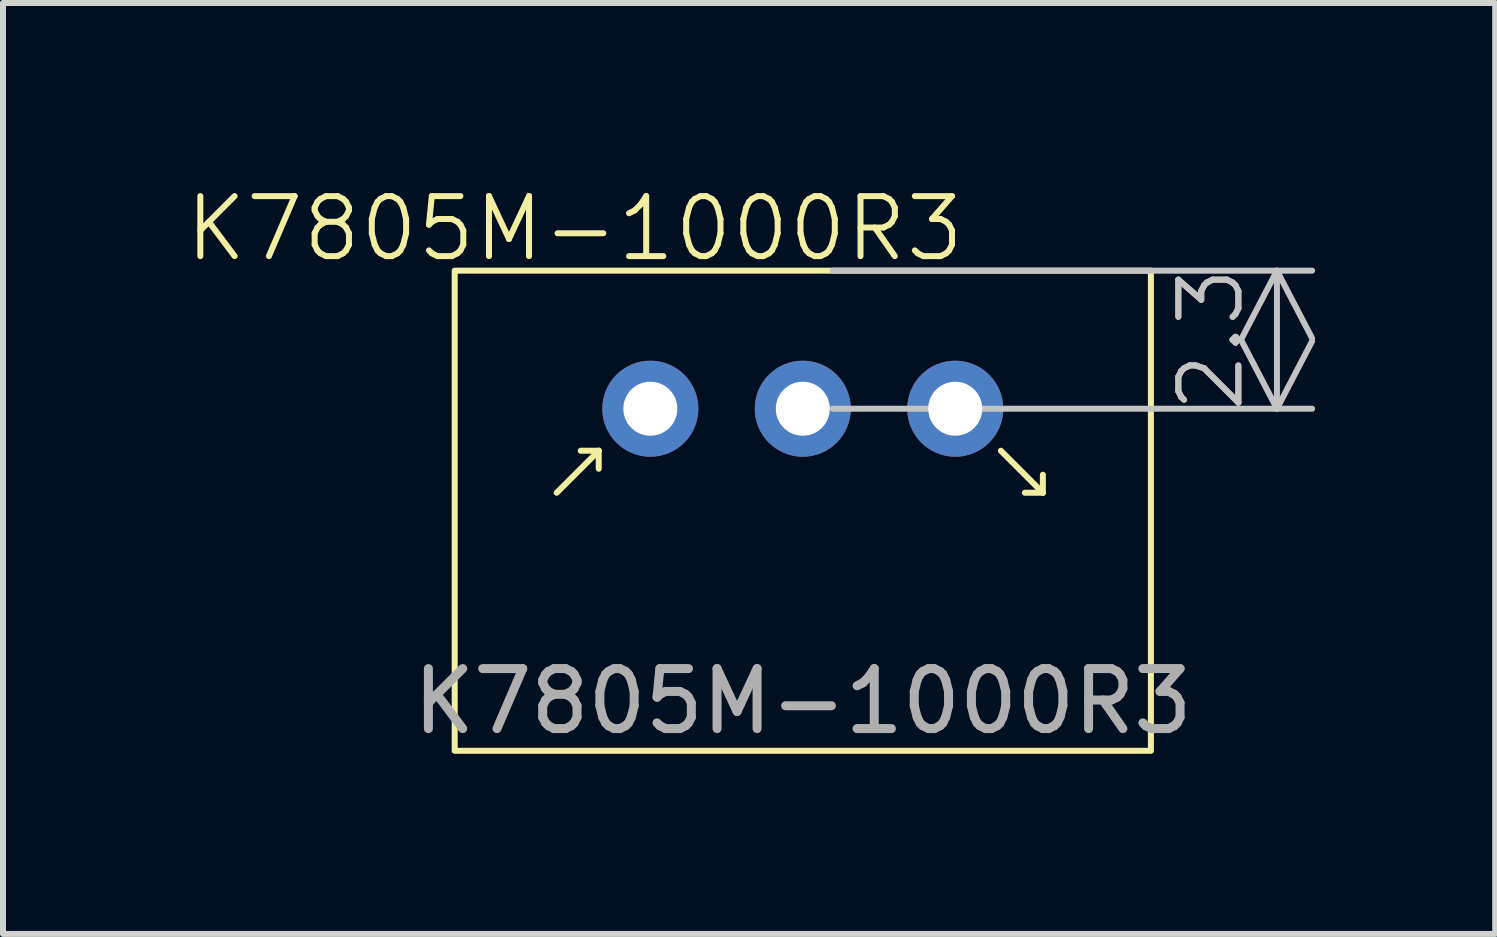
<source format=kicad_pcb>
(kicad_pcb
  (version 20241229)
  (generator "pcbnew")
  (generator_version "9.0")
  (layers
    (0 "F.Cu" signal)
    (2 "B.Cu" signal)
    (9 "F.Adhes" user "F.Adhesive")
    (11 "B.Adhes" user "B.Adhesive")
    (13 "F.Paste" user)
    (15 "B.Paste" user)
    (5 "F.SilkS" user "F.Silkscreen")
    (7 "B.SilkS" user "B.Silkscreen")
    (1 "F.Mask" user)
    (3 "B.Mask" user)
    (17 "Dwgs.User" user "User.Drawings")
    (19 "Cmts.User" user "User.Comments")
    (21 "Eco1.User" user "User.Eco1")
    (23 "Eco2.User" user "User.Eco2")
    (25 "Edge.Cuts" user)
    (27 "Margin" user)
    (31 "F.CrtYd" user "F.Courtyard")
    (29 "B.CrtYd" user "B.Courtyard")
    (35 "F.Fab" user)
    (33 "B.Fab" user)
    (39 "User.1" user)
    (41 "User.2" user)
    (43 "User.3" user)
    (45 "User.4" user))
  (footprint "K7805M-1000R3"
    (layer "F.Cu")
    (at 10.326 5.46)
    (property "Reference" "K7805M-1000R3" (at -3.8 -4.7 0) (unlocked yes) (layer "F.SilkS") (effects (font (size 1 1) (thickness 0.1))))
    (attr board_only exclude_from_pos_files exclude_from_bom)
    (fp_line (start -4.1 -0.3) (end -3.4 -1) (stroke (width 0.1) (type default)) (layer "F.SilkS"))
    (fp_line (start -3.4 -1) (end -3.7 -1) (stroke (width 0.1) (type default)) (layer "F.SilkS"))
    (fp_line (start -3.4 -0.7) (end -3.4 -1) (stroke (width 0.1) (type default)) (layer "F.SilkS"))
    (fp_line (start 3.3 -1) (end 4 -0.3) (stroke (width 0.1) (type default)) (layer "F.SilkS"))
    (fp_line (start 3.7 -0.3) (end 4 -0.3) (stroke (width 0.1) (type default)) (layer "F.SilkS"))
    (fp_line (start 4 -0.3) (end 4 -0.6) (stroke (width 0.1) (type default)) (layer "F.SilkS"))
    (fp_rect (start -5.8 -4) (end 5.8 4) (stroke (width 0.1) (type default)) (fill no) (layer "F.SilkS"))
    (fp_text user "${REFERENCE}" (at 0 3.175 0) (unlocked yes) (layer "F.Fab") (effects (font (size 1 1) (thickness 0.15))))
    (dimension (type orthogonal) (layer "Dwgs.User") (pts (xy 10.326 1.46) (xy 10.326 3.76)) (height 7.9) (orientation 1) (format (prefix "") (suffix "") (units 3) (units_format 0) (precision 4) (suppress_zeroes yes)) (style (thickness 0.1) (arrow_length 1.27) (text_position_mode 0) (arrow_direction outward) (extension_height 0.586) (extension_offset 0.5) (keep_text_aligned yes)) (gr_text "2.3" (at 17.126 2.611 90) (layer "Dwgs.User") (effects (font (size 1 1) (thickness 0.1)))))
    (pad "1" thru_hole circle (at -2.54 -1.7) (size 1.6 1.6) (drill 0.9) (layers "*.Cu" "*.Mask"))
    (pad "2" thru_hole circle (at 0 -1.7) (size 1.6 1.6) (drill 0.9) (layers "*.Cu" "*.Mask"))
    (pad "3" thru_hole circle (at 2.54 -1.7) (size 1.6 1.6) (drill 0.9) (layers "*.Cu" "*.Mask")))
  (gr_rect
    (start -3 -3)
    (end 21.863 12.511)
    (stroke (width 0.1) (type default))
    (fill no)
    (layer "Edge.Cuts")))
</source>
